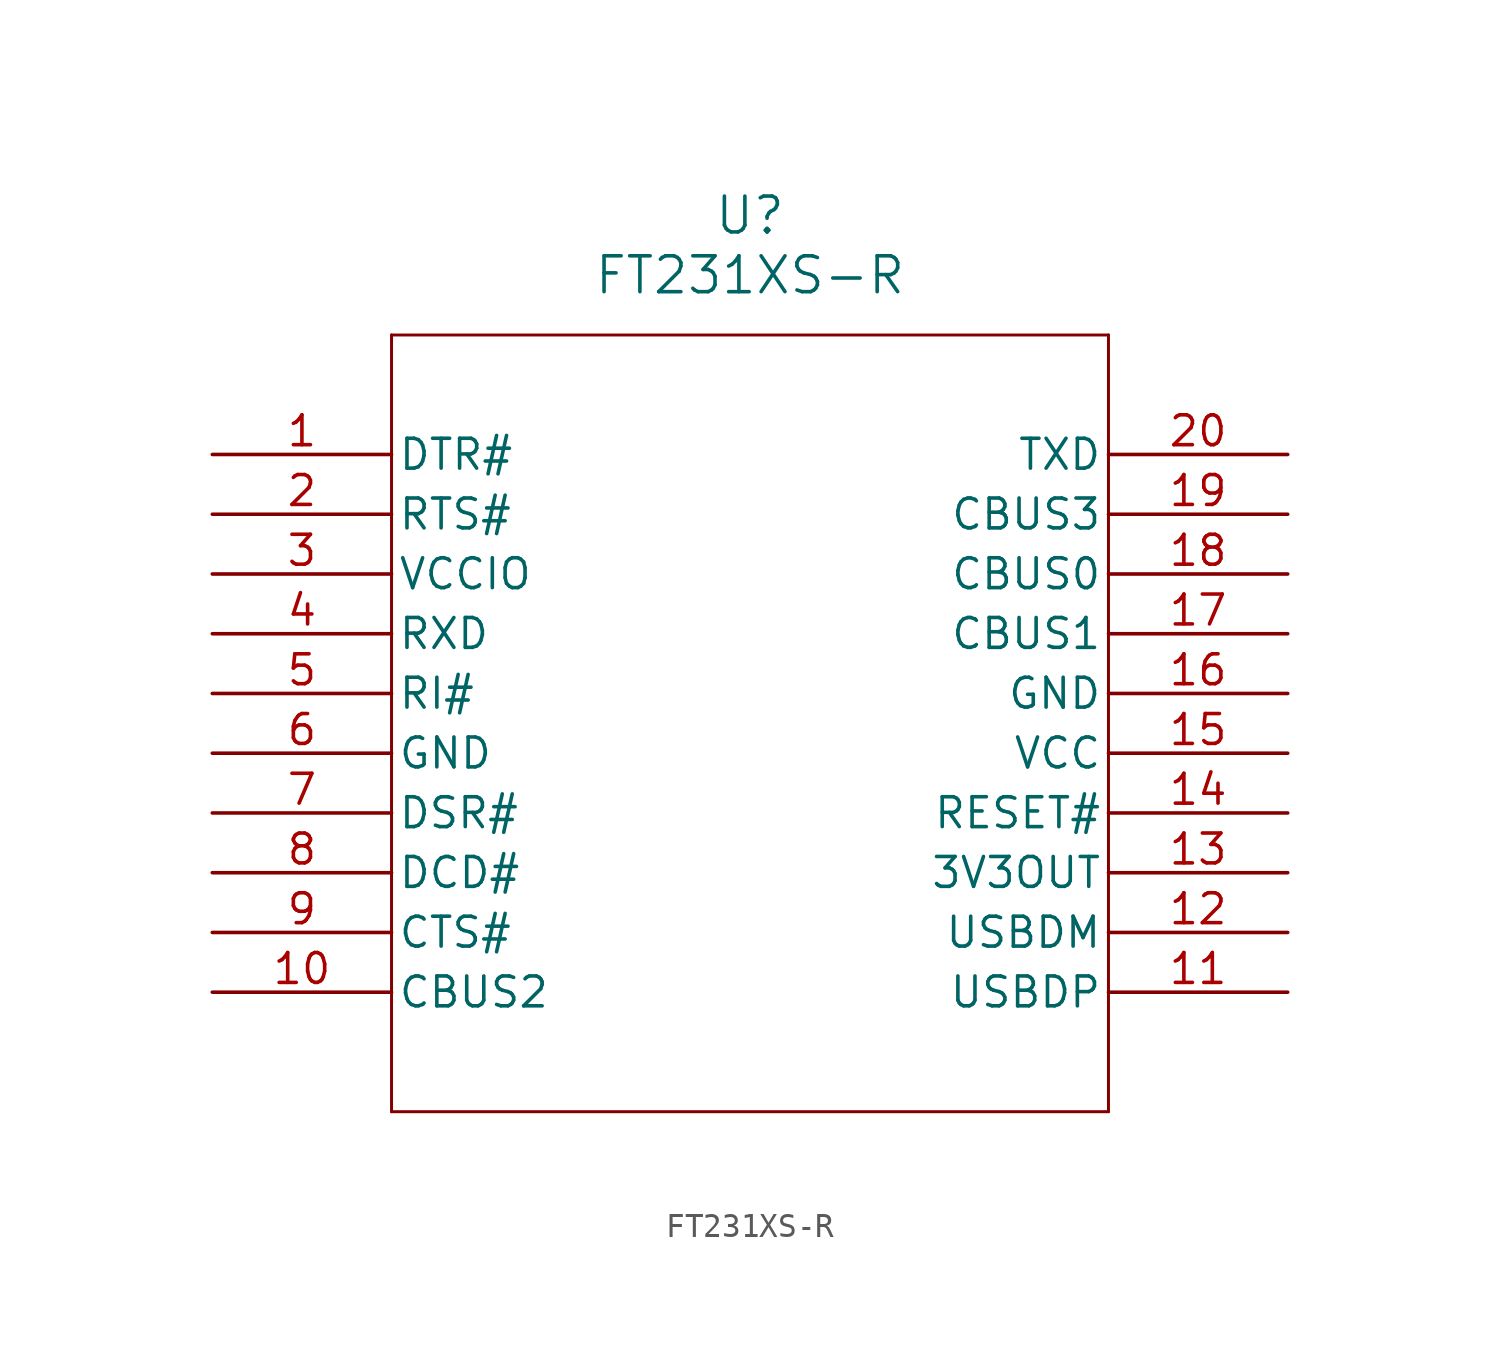
<source format=kicad_sym>
(kicad_symbol_lib
  (version 20211014)
  (generator kicad_symbol_editor)
  (symbol "FT231XS-R"
    (pin_names
      (offset 0.254))
    (property "Reference" "U"
      (at 22.86 10.16 0)
      (effects (font (size 1.524 1.524))))
    (property "Value" "FT231XS-R"
      (at 22.86 7.62 0)
      (effects (font (size 1.524 1.524))))
    (symbol "FT231XS-R_0_1"
      (polyline (pts (xy 7.62 5.08) (xy 7.62 -27.94)) (stroke (width 0.127) (type default) (color 0 0 0 0)) (fill (type none)))
      (polyline (pts (xy 7.62 -27.94) (xy 38.1 -27.94)) (stroke (width 0.127) (type default) (color 0 0 0 0)) (fill (type none)))
      (polyline (pts (xy 38.1 -27.94) (xy 38.1 5.08)) (stroke (width 0.127) (type default) (color 0 0 0 0)) (fill (type none)))
      (polyline (pts (xy 38.1 5.08) (xy 7.62 5.08)) (stroke (width 0.127) (type default) (color 0 0 0 0)) (fill (type none)))
      (pin output line (at 0 0 0) (length 7.62) (name "DTR#" (effects (font (size 1.27 1.27)))) (number "1" (effects (font (size 1.27 1.27)))))
      (pin output line (at 0 -2.54 0) (length 7.62) (name "RTS#" (effects (font (size 1.27 1.27)))) (number "2" (effects (font (size 1.27 1.27)))))
      (pin power_in line (at 0 -5.08 0) (length 7.62) (name "VCCIO" (effects (font (size 1.27 1.27)))) (number "3" (effects (font (size 1.27 1.27)))))
      (pin input line (at 0 -7.62 0) (length 7.62) (name "RXD" (effects (font (size 1.27 1.27)))) (number "4" (effects (font (size 1.27 1.27)))))
      (pin input line (at 0 -10.16 0) (length 7.62) (name "RI#" (effects (font (size 1.27 1.27)))) (number "5" (effects (font (size 1.27 1.27)))))
      (pin power_out line (at 0 -12.7 0) (length 7.62) (name "GND" (effects (font (size 1.27 1.27)))) (number "6" (effects (font (size 1.27 1.27)))))
      (pin input line (at 0 -15.24 0) (length 7.62) (name "DSR#" (effects (font (size 1.27 1.27)))) (number "7" (effects (font (size 1.27 1.27)))))
      (pin input line (at 0 -17.78 0) (length 7.62) (name "DCD#" (effects (font (size 1.27 1.27)))) (number "8" (effects (font (size 1.27 1.27)))))
      (pin input line (at 0 -20.32 0) (length 7.62) (name "CTS#" (effects (font (size 1.27 1.27)))) (number "9" (effects (font (size 1.27 1.27)))))
      (pin bidirectional line (at 0 -22.86 0) (length 7.62) (name "CBUS2" (effects (font (size 1.27 1.27)))) (number "10" (effects (font (size 1.27 1.27)))))
      (pin input line (at 45.72 -22.86 180) (length 7.62) (name "USBDP" (effects (font (size 1.27 1.27)))) (number "11" (effects (font (size 1.27 1.27)))))
      (pin input line (at 45.72 -20.32 180) (length 7.62) (name "USBDM" (effects (font (size 1.27 1.27)))) (number "12" (effects (font (size 1.27 1.27)))))
      (pin power_in line (at 45.72 -17.78 180) (length 7.62) (name "3V3OUT" (effects (font (size 1.27 1.27)))) (number "13" (effects (font (size 1.27 1.27)))))
      (pin input line (at 45.72 -15.24 180) (length 7.62) (name "RESET#" (effects (font (size 1.27 1.27)))) (number "14" (effects (font (size 1.27 1.27)))))
      (pin power_in line (at 45.72 -12.7 180) (length 7.62) (name "VCC" (effects (font (size 1.27 1.27)))) (number "15" (effects (font (size 1.27 1.27)))))
      (pin power_out line (at 45.72 -10.16 180) (length 7.62) (name "GND" (effects (font (size 1.27 1.27)))) (number "16" (effects (font (size 1.27 1.27)))))
      (pin bidirectional line (at 45.72 -7.62 180) (length 7.62) (name "CBUS1" (effects (font (size 1.27 1.27)))) (number "17" (effects (font (size 1.27 1.27)))))
      (pin bidirectional line (at 45.72 -5.08 180) (length 7.62) (name "CBUS0" (effects (font (size 1.27 1.27)))) (number "18" (effects (font (size 1.27 1.27)))))
      (pin bidirectional line (at 45.72 -2.54 180) (length 7.62) (name "CBUS3" (effects (font (size 1.27 1.27)))) (number "19" (effects (font (size 1.27 1.27)))))
      (pin output line (at 45.72 0 180) (length 7.62) (name "TXD" (effects (font (size 1.27 1.27)))) (number "20" (effects (font (size 1.27 1.27))))))))
</source>
